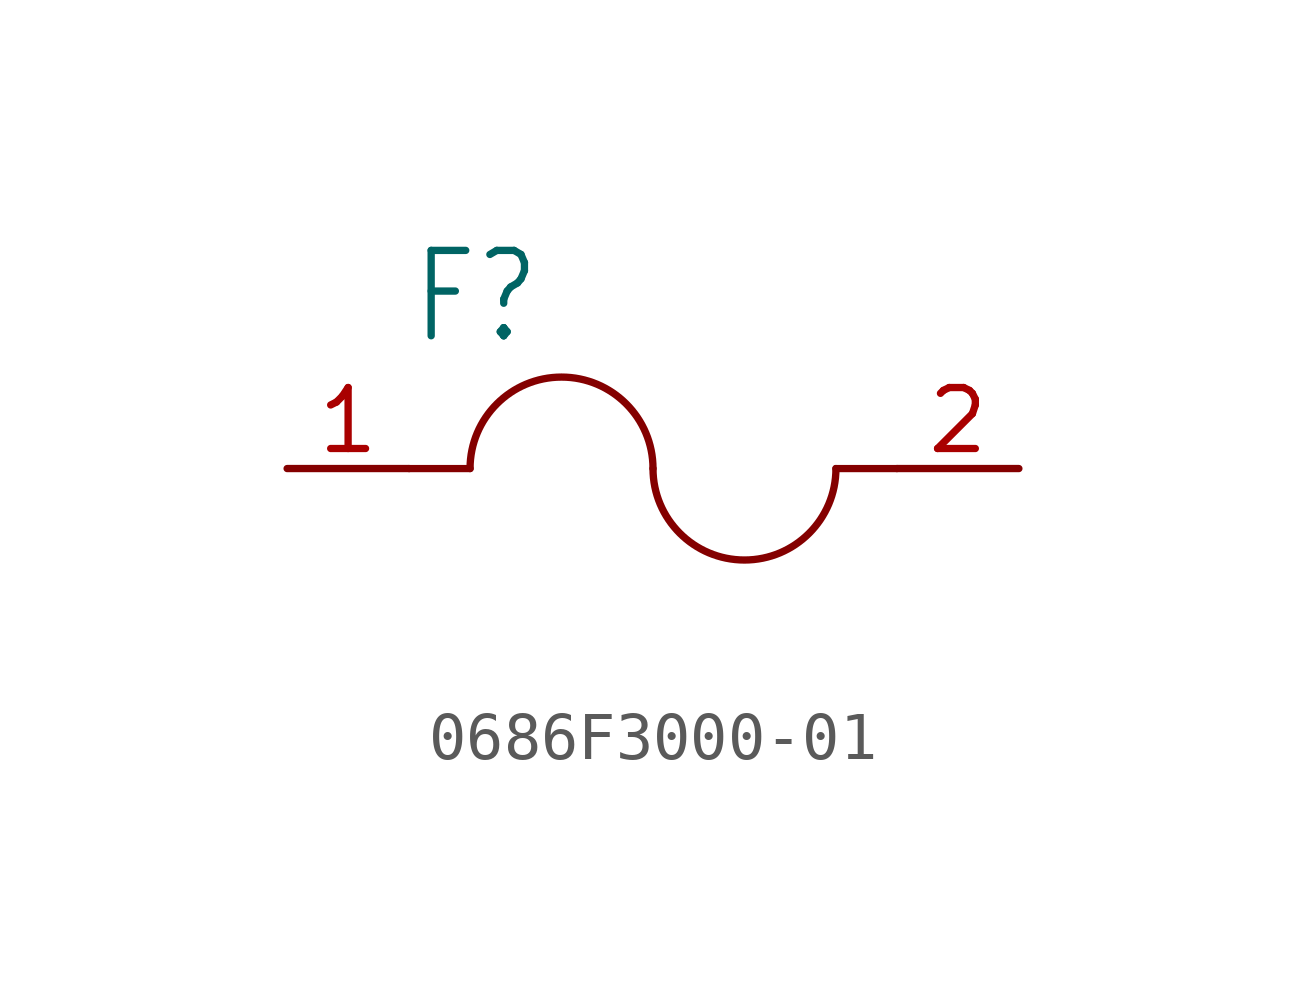
<source format=kicad_sym>
(kicad_symbol_lib
  (version 20231120)
  (generator "kicad_symbol_editor")
  (generator_version "8.0")
  (symbol "0686F3000-01"
    (property "Reference" "F"
      (at -5.08 2.54 0)
      (effects (font (size 1.778 1.511)) (justify left bottom)))
    (property "Value" ""
      (at -5.08 -3.81 0)
      (effects (font (size 1.778 1.511)) (justify left bottom)))
    (property "ki_locked" ""
      (at 0 0 0)
      (effects (font (size 1.27 1.27))))
    (symbol "0686F3000-01_1_0"
      (arc (start 0 0) (mid -1.905 1.905) (end -3.81 0) (stroke (width 0.1524) (type solid)) (fill (type none)))
      (polyline (pts (xy -5.08 0) (xy -3.81 0)) (stroke (width 0.152) (type solid)) (fill (type none)))
      (polyline (pts (xy 5.08 0) (xy 3.81 0)) (stroke (width 0.152) (type solid)) (fill (type none)))
      (arc (start 0 0) (mid 1.905 -1.905) (end 3.81 0) (stroke (width 0.1524) (type solid)) (fill (type none)))
      (pin passive line (at -7.62 0 0) (length 2.54) (name "1" (effects (font (size 0 0)))) (number "1" (effects (font (size 1.27 1.27)))))
      (pin passive line (at 7.62 0 180) (length 2.54) (name "2" (effects (font (size 0 0)))) (number "2" (effects (font (size 1.27 1.27))))))))
</source>
